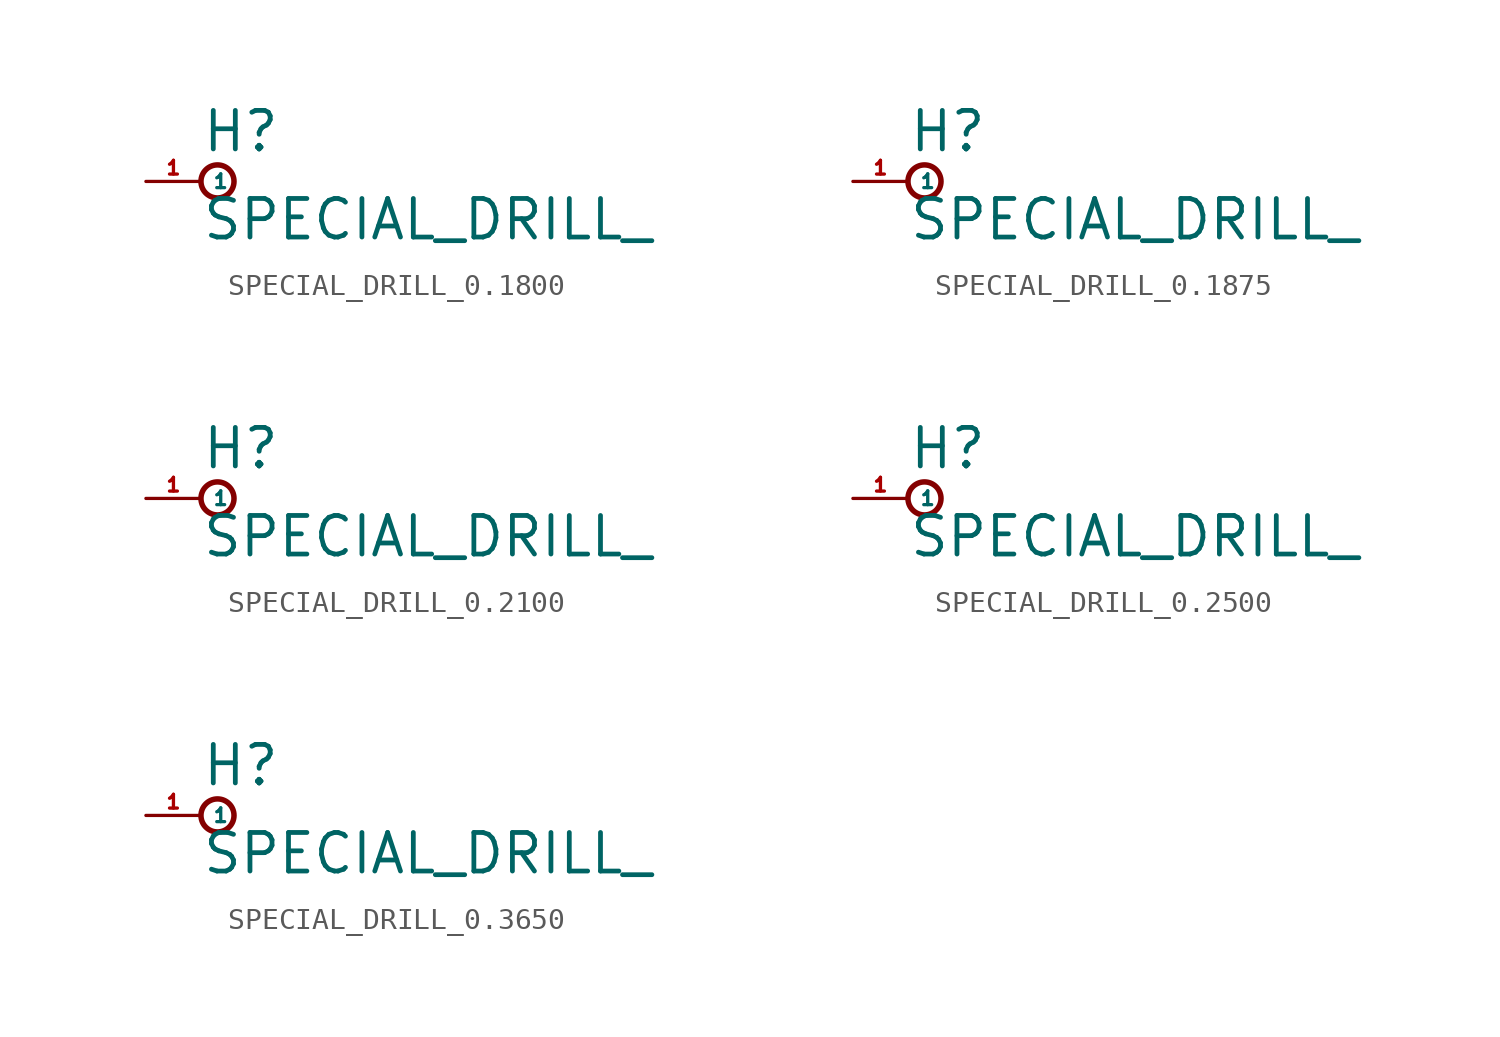
<source format=kicad_sym>
(kicad_symbol_lib
  (version 20220914)
  (generator Eagle2Kicad)
  (symbol "SPECIAL_DRILL_0.1800"
    (property "Reference" "H"
      (at 0 1.27 0)
      (effects (font (size 1.778 1.778) (thickness 0.22)) (justify left bottom)))
    (property "Value" "SPECIAL_DRILL_"
      (at 0 -2.794 0)
      (effects (font (size 1.778 1.778) (thickness 0.22)) (justify left bottom)))
    (circle
      (center 0.762 0)
      (radius 0.762)
      (stroke (width 0.254) (type default))
      (fill (type none)))
    (pin passive line
      (at -2.54 0 0)
      (length 2.54)
      (name "1" (effects (font (size 0.635 0.635) (thickness 0.08)) (justify left bottom)))
      (number "1" (effects (font (size 0.635 0.635) (thickness 0.08)) (justify left bottom)))))
  (symbol "SPECIAL_DRILL_0.1875"
    (property "Reference" "H"
      (at 0 1.27 0)
      (effects (font (size 1.778 1.778) (thickness 0.22)) (justify left bottom)))
    (property "Value" "SPECIAL_DRILL_"
      (at 0 -2.794 0)
      (effects (font (size 1.778 1.778) (thickness 0.22)) (justify left bottom)))
    (circle
      (center 0.762 0)
      (radius 0.762)
      (stroke (width 0.254) (type default))
      (fill (type none)))
    (pin passive line
      (at -2.54 0 0)
      (length 2.54)
      (name "1" (effects (font (size 0.635 0.635) (thickness 0.08)) (justify left bottom)))
      (number "1" (effects (font (size 0.635 0.635) (thickness 0.08)) (justify left bottom)))))
  (symbol "SPECIAL_DRILL_0.2100"
    (property "Reference" "H"
      (at 0 1.27 0)
      (effects (font (size 1.778 1.778) (thickness 0.22)) (justify left bottom)))
    (property "Value" "SPECIAL_DRILL_"
      (at 0 -2.794 0)
      (effects (font (size 1.778 1.778) (thickness 0.22)) (justify left bottom)))
    (circle
      (center 0.762 0)
      (radius 0.762)
      (stroke (width 0.254) (type default))
      (fill (type none)))
    (pin passive line
      (at -2.54 0 0)
      (length 2.54)
      (name "1" (effects (font (size 0.635 0.635) (thickness 0.08)) (justify left bottom)))
      (number "1" (effects (font (size 0.635 0.635) (thickness 0.08)) (justify left bottom)))))
  (symbol "SPECIAL_DRILL_0.2500"
    (property "Reference" "H"
      (at 0 1.27 0)
      (effects (font (size 1.778 1.778) (thickness 0.22)) (justify left bottom)))
    (property "Value" "SPECIAL_DRILL_"
      (at 0 -2.794 0)
      (effects (font (size 1.778 1.778) (thickness 0.22)) (justify left bottom)))
    (circle
      (center 0.762 0)
      (radius 0.762)
      (stroke (width 0.254) (type default))
      (fill (type none)))
    (pin passive line
      (at -2.54 0 0)
      (length 2.54)
      (name "1" (effects (font (size 0.635 0.635) (thickness 0.08)) (justify left bottom)))
      (number "1" (effects (font (size 0.635 0.635) (thickness 0.08)) (justify left bottom)))))
  (symbol "SPECIAL_DRILL_0.3650"
    (property "Reference" "H"
      (at 0 1.27 0)
      (effects (font (size 1.778 1.778) (thickness 0.22)) (justify left bottom)))
    (property "Value" "SPECIAL_DRILL_"
      (at 0 -2.794 0)
      (effects (font (size 1.778 1.778) (thickness 0.22)) (justify left bottom)))
    (circle
      (center 0.762 0)
      (radius 0.762)
      (stroke (width 0.254) (type default))
      (fill (type none)))
    (pin passive line
      (at -2.54 0 0)
      (length 2.54)
      (name "1" (effects (font (size 0.635 0.635) (thickness 0.08)) (justify left bottom)))
      (number "1" (effects (font (size 0.635 0.635) (thickness 0.08)) (justify left bottom))))))
</source>
